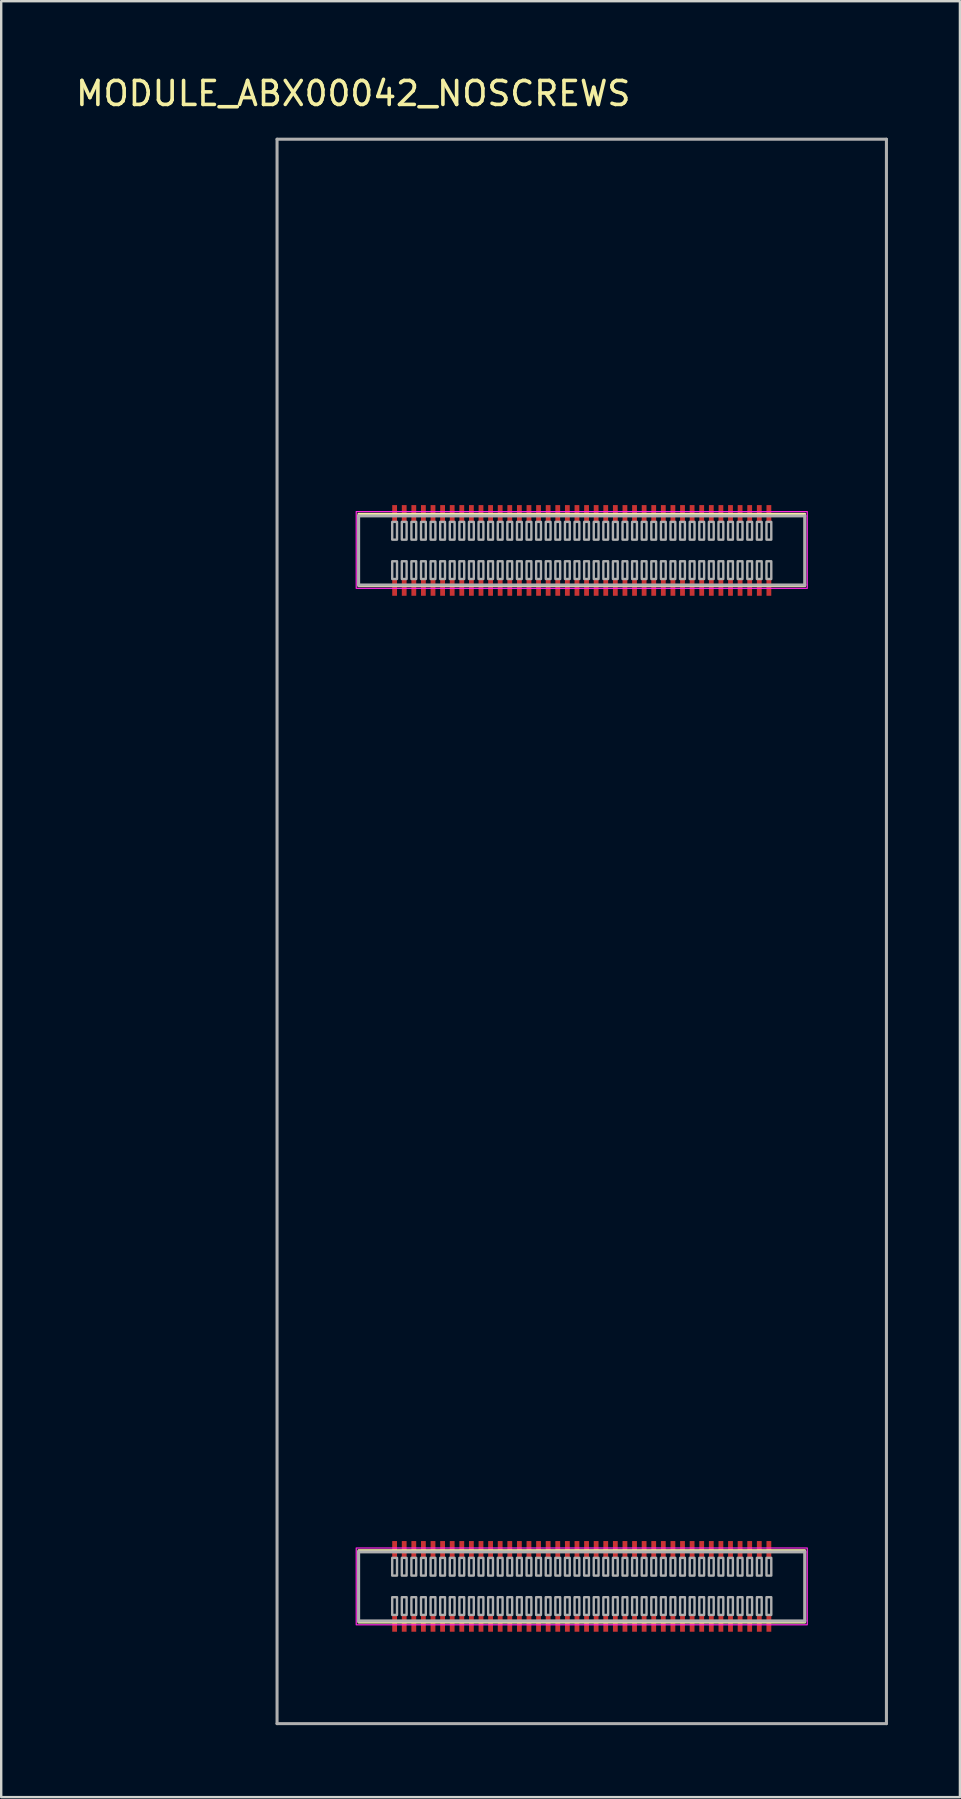
<source format=kicad_pcb>
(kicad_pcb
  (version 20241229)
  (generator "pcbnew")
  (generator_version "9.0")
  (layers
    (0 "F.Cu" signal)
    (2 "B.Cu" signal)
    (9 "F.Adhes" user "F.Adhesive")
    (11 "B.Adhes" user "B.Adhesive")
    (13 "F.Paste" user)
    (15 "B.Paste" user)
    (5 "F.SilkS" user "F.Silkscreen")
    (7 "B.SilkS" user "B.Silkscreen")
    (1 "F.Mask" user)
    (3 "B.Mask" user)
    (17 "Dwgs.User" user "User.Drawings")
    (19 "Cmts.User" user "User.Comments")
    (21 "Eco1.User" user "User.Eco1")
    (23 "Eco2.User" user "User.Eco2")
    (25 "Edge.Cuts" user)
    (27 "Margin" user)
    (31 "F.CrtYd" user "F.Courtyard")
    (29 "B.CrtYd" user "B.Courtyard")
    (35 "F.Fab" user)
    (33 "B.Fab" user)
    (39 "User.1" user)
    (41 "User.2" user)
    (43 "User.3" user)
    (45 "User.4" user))
  (footprint "MODULE_ABX00042_NOSCREWS"
    (layer "F.Cu")
    (at 21.198 35.773)
    (property "Reference" "MODULE_ABX00042_NOSCREWS" (at -9.525 -34.925 0) (layer "F.SilkS") (effects (font (size 1 1) (thickness 0.15))))
    (attr smd)
    (fp_rect (start -9.3 -17.4) (end 9.3 -14.4) (stroke (width 0.1) (type default)) (fill no) (layer "F.SilkS"))
    (fp_rect (start -9.3 25.8) (end 9.3 28.8) (stroke (width 0.1) (type default)) (fill no) (layer "F.SilkS"))
    (fp_rect (start -9.4 -17.5) (end 9.4 -14.3) (stroke (width 0.05) (type default)) (fill no) (layer "F.CrtYd"))
    (fp_rect (start 9.4 25.7) (end -9.4 28.9) (stroke (width 0.05) (type default)) (fill no) (layer "F.CrtYd"))
    (fp_line (start -12.7 -33.02) (end -12.7 33.02) (stroke (width 0.127) (type solid)) (layer "F.Fab"))
    (fp_line (start -12.7 33.02) (end 12.7 33.02) (stroke (width 0.127) (type solid)) (layer "F.Fab"))
    (fp_line (start -9.3 -17.32) (end -9.3 -14.44) (stroke (width 0.127) (type solid)) (layer "F.Fab"))
    (fp_line (start -9.3 -14.44) (end 9.3 -14.44) (stroke (width 0.127) (type solid)) (layer "F.Fab"))
    (fp_line (start -9.3 25.86) (end -9.3 28.74) (stroke (width 0.127) (type solid)) (layer "F.Fab"))
    (fp_line (start -9.3 28.74) (end 9.3 28.74) (stroke (width 0.127) (type solid)) (layer "F.Fab"))
    (fp_line (start 9.3 -17.32) (end -9.3 -17.32) (stroke (width 0.127) (type solid)) (layer "F.Fab"))
    (fp_line (start 9.3 -14.44) (end 9.3 -17.32) (stroke (width 0.127) (type solid)) (layer "F.Fab"))
    (fp_line (start 9.3 25.86) (end -9.3 25.86) (stroke (width 0.127) (type solid)) (layer "F.Fab"))
    (fp_line (start 9.3 28.74) (end 9.3 25.86) (stroke (width 0.127) (type solid)) (layer "F.Fab"))
    (fp_line (start 12.7 -33.02) (end -12.7 -33.02) (stroke (width 0.127) (type solid)) (layer "F.Fab"))
    (fp_line (start 12.7 33.02) (end 12.7 -33.02) (stroke (width 0.127) (type solid)) (layer "F.Fab"))
    (fp_rect (start -7.9 -17.07) (end -7.7 -16.33) (stroke (width 0.1) (type solid)) (fill no) (layer "F.Fab"))
    (fp_rect (start -7.9 -15.43) (end -7.7 -14.69) (stroke (width 0.1) (type solid)) (fill no) (layer "F.Fab"))
    (fp_rect (start -7.9 26.11) (end -7.7 26.85) (stroke (width 0.1) (type solid)) (fill no) (layer "F.Fab"))
    (fp_rect (start -7.9 27.75) (end -7.7 28.49) (stroke (width 0.1) (type solid)) (fill no) (layer "F.Fab"))
    (fp_rect (start -7.5 -17.07) (end -7.3 -16.33) (stroke (width 0.1) (type solid)) (fill no) (layer "F.Fab"))
    (fp_rect (start -7.5 -15.43) (end -7.3 -14.69) (stroke (width 0.1) (type solid)) (fill no) (layer "F.Fab"))
    (fp_rect (start -7.5 26.11) (end -7.3 26.85) (stroke (width 0.1) (type solid)) (fill no) (layer "F.Fab"))
    (fp_rect (start -7.5 27.75) (end -7.3 28.49) (stroke (width 0.1) (type solid)) (fill no) (layer "F.Fab"))
    (fp_rect (start -7.1 -17.07) (end -6.9 -16.33) (stroke (width 0.1) (type solid)) (fill no) (layer "F.Fab"))
    (fp_rect (start -7.1 -15.43) (end -6.9 -14.69) (stroke (width 0.1) (type solid)) (fill no) (layer "F.Fab"))
    (fp_rect (start -7.1 26.11) (end -6.9 26.85) (stroke (width 0.1) (type solid)) (fill no) (layer "F.Fab"))
    (fp_rect (start -7.1 27.75) (end -6.9 28.49) (stroke (width 0.1) (type solid)) (fill no) (layer "F.Fab"))
    (fp_rect (start -6.7 -17.07) (end -6.5 -16.33) (stroke (width 0.1) (type solid)) (fill no) (layer "F.Fab"))
    (fp_rect (start -6.7 -15.43) (end -6.5 -14.69) (stroke (width 0.1) (type solid)) (fill no) (layer "F.Fab"))
    (fp_rect (start -6.7 26.11) (end -6.5 26.85) (stroke (width 0.1) (type solid)) (fill no) (layer "F.Fab"))
    (fp_rect (start -6.7 27.75) (end -6.5 28.49) (stroke (width 0.1) (type solid)) (fill no) (layer "F.Fab"))
    (fp_rect (start -6.3 -17.07) (end -6.1 -16.33) (stroke (width 0.1) (type solid)) (fill no) (layer "F.Fab"))
    (fp_rect (start -6.3 -15.43) (end -6.1 -14.69) (stroke (width 0.1) (type solid)) (fill no) (layer "F.Fab"))
    (fp_rect (start -6.3 26.11) (end -6.1 26.85) (stroke (width 0.1) (type solid)) (fill no) (layer "F.Fab"))
    (fp_rect (start -6.3 27.75) (end -6.1 28.49) (stroke (width 0.1) (type solid)) (fill no) (layer "F.Fab"))
    (fp_rect (start -5.9 -17.07) (end -5.7 -16.33) (stroke (width 0.1) (type solid)) (fill no) (layer "F.Fab"))
    (fp_rect (start -5.9 -15.43) (end -5.7 -14.69) (stroke (width 0.1) (type solid)) (fill no) (layer "F.Fab"))
    (fp_rect (start -5.9 26.11) (end -5.7 26.85) (stroke (width 0.1) (type solid)) (fill no) (layer "F.Fab"))
    (fp_rect (start -5.9 27.75) (end -5.7 28.49) (stroke (width 0.1) (type solid)) (fill no) (layer "F.Fab"))
    (fp_rect (start -5.5 -17.07) (end -5.3 -16.33) (stroke (width 0.1) (type solid)) (fill no) (layer "F.Fab"))
    (fp_rect (start -5.5 -15.43) (end -5.3 -14.69) (stroke (width 0.1) (type solid)) (fill no) (layer "F.Fab"))
    (fp_rect (start -5.5 26.11) (end -5.3 26.85) (stroke (width 0.1) (type solid)) (fill no) (layer "F.Fab"))
    (fp_rect (start -5.5 27.75) (end -5.3 28.49) (stroke (width 0.1) (type solid)) (fill no) (layer "F.Fab"))
    (fp_rect (start -5.1 -17.07) (end -4.9 -16.33) (stroke (width 0.1) (type solid)) (fill no) (layer "F.Fab"))
    (fp_rect (start -5.1 -15.43) (end -4.9 -14.69) (stroke (width 0.1) (type solid)) (fill no) (layer "F.Fab"))
    (fp_rect (start -5.1 26.11) (end -4.9 26.85) (stroke (width 0.1) (type solid)) (fill no) (layer "F.Fab"))
    (fp_rect (start -5.1 27.75) (end -4.9 28.49) (stroke (width 0.1) (type solid)) (fill no) (layer "F.Fab"))
    (fp_rect (start -4.7 -17.07) (end -4.5 -16.33) (stroke (width 0.1) (type solid)) (fill no) (layer "F.Fab"))
    (fp_rect (start -4.7 -15.43) (end -4.5 -14.69) (stroke (width 0.1) (type solid)) (fill no) (layer "F.Fab"))
    (fp_rect (start -4.7 26.11) (end -4.5 26.85) (stroke (width 0.1) (type solid)) (fill no) (layer "F.Fab"))
    (fp_rect (start -4.7 27.75) (end -4.5 28.49) (stroke (width 0.1) (type solid)) (fill no) (layer "F.Fab"))
    (fp_rect (start -4.3 -17.07) (end -4.1 -16.33) (stroke (width 0.1) (type solid)) (fill no) (layer "F.Fab"))
    (fp_rect (start -4.3 -15.43) (end -4.1 -14.69) (stroke (width 0.1) (type solid)) (fill no) (layer "F.Fab"))
    (fp_rect (start -4.3 26.11) (end -4.1 26.85) (stroke (width 0.1) (type solid)) (fill no) (layer "F.Fab"))
    (fp_rect (start -4.3 27.75) (end -4.1 28.49) (stroke (width 0.1) (type solid)) (fill no) (layer "F.Fab"))
    (fp_rect (start -3.9 -17.07) (end -3.7 -16.33) (stroke (width 0.1) (type solid)) (fill no) (layer "F.Fab"))
    (fp_rect (start -3.9 -15.43) (end -3.7 -14.69) (stroke (width 0.1) (type solid)) (fill no) (layer "F.Fab"))
    (fp_rect (start -3.9 26.11) (end -3.7 26.85) (stroke (width 0.1) (type solid)) (fill no) (layer "F.Fab"))
    (fp_rect (start -3.9 27.75) (end -3.7 28.49) (stroke (width 0.1) (type solid)) (fill no) (layer "F.Fab"))
    (fp_rect (start -3.5 -17.07) (end -3.3 -16.33) (stroke (width 0.1) (type solid)) (fill no) (layer "F.Fab"))
    (fp_rect (start -3.5 -15.43) (end -3.3 -14.69) (stroke (width 0.1) (type solid)) (fill no) (layer "F.Fab"))
    (fp_rect (start -3.5 26.11) (end -3.3 26.85) (stroke (width 0.1) (type solid)) (fill no) (layer "F.Fab"))
    (fp_rect (start -3.5 27.75) (end -3.3 28.49) (stroke (width 0.1) (type solid)) (fill no) (layer "F.Fab"))
    (fp_rect (start -3.1 -17.07) (end -2.9 -16.33) (stroke (width 0.1) (type solid)) (fill no) (layer "F.Fab"))
    (fp_rect (start -3.1 -15.43) (end -2.9 -14.69) (stroke (width 0.1) (type solid)) (fill no) (layer "F.Fab"))
    (fp_rect (start -3.1 26.11) (end -2.9 26.85) (stroke (width 0.1) (type solid)) (fill no) (layer "F.Fab"))
    (fp_rect (start -3.1 27.75) (end -2.9 28.49) (stroke (width 0.1) (type solid)) (fill no) (layer "F.Fab"))
    (fp_rect (start -2.7 -17.07) (end -2.5 -16.33) (stroke (width 0.1) (type solid)) (fill no) (layer "F.Fab"))
    (fp_rect (start -2.7 -15.43) (end -2.5 -14.69) (stroke (width 0.1) (type solid)) (fill no) (layer "F.Fab"))
    (fp_rect (start -2.7 26.11) (end -2.5 26.85) (stroke (width 0.1) (type solid)) (fill no) (layer "F.Fab"))
    (fp_rect (start -2.7 27.75) (end -2.5 28.49) (stroke (width 0.1) (type solid)) (fill no) (layer "F.Fab"))
    (fp_rect (start -2.3 -17.07) (end -2.1 -16.33) (stroke (width 0.1) (type solid)) (fill no) (layer "F.Fab"))
    (fp_rect (start -2.3 -15.43) (end -2.1 -14.69) (stroke (width 0.1) (type solid)) (fill no) (layer "F.Fab"))
    (fp_rect (start -2.3 26.11) (end -2.1 26.85) (stroke (width 0.1) (type solid)) (fill no) (layer "F.Fab"))
    (fp_rect (start -2.3 27.75) (end -2.1 28.49) (stroke (width 0.1) (type solid)) (fill no) (layer "F.Fab"))
    (fp_rect (start -1.9 -17.07) (end -1.7 -16.33) (stroke (width 0.1) (type solid)) (fill no) (layer "F.Fab"))
    (fp_rect (start -1.9 -15.43) (end -1.7 -14.69) (stroke (width 0.1) (type solid)) (fill no) (layer "F.Fab"))
    (fp_rect (start -1.9 26.11) (end -1.7 26.85) (stroke (width 0.1) (type solid)) (fill no) (layer "F.Fab"))
    (fp_rect (start -1.9 27.75) (end -1.7 28.49) (stroke (width 0.1) (type solid)) (fill no) (layer "F.Fab"))
    (fp_rect (start -1.5 -17.07) (end -1.3 -16.33) (stroke (width 0.1) (type solid)) (fill no) (layer "F.Fab"))
    (fp_rect (start -1.5 -15.43) (end -1.3 -14.69) (stroke (width 0.1) (type solid)) (fill no) (layer "F.Fab"))
    (fp_rect (start -1.5 26.11) (end -1.3 26.85) (stroke (width 0.1) (type solid)) (fill no) (layer "F.Fab"))
    (fp_rect (start -1.5 27.75) (end -1.3 28.49) (stroke (width 0.1) (type solid)) (fill no) (layer "F.Fab"))
    (fp_rect (start -1.1 -17.07) (end -0.9 -16.33) (stroke (width 0.1) (type solid)) (fill no) (layer "F.Fab"))
    (fp_rect (start -1.1 -15.43) (end -0.9 -14.69) (stroke (width 0.1) (type solid)) (fill no) (layer "F.Fab"))
    (fp_rect (start -1.1 26.11) (end -0.9 26.85) (stroke (width 0.1) (type solid)) (fill no) (layer "F.Fab"))
    (fp_rect (start -1.1 27.75) (end -0.9 28.49) (stroke (width 0.1) (type solid)) (fill no) (layer "F.Fab"))
    (fp_rect (start -0.7 -17.07) (end -0.5 -16.33) (stroke (width 0.1) (type solid)) (fill no) (layer "F.Fab"))
    (fp_rect (start -0.7 -15.43) (end -0.5 -14.69) (stroke (width 0.1) (type solid)) (fill no) (layer "F.Fab"))
    (fp_rect (start -0.7 26.11) (end -0.5 26.85) (stroke (width 0.1) (type solid)) (fill no) (layer "F.Fab"))
    (fp_rect (start -0.7 27.75) (end -0.5 28.49) (stroke (width 0.1) (type solid)) (fill no) (layer "F.Fab"))
    (fp_rect (start -0.3 -17.07) (end -0.1 -16.33) (stroke (width 0.1) (type solid)) (fill no) (layer "F.Fab"))
    (fp_rect (start -0.3 -15.43) (end -0.1 -14.69) (stroke (width 0.1) (type solid)) (fill no) (layer "F.Fab"))
    (fp_rect (start -0.3 26.11) (end -0.1 26.85) (stroke (width 0.1) (type solid)) (fill no) (layer "F.Fab"))
    (fp_rect (start -0.3 27.75) (end -0.1 28.49) (stroke (width 0.1) (type solid)) (fill no) (layer "F.Fab"))
    (fp_rect (start 0.1 -17.07) (end 0.3 -16.33) (stroke (width 0.1) (type solid)) (fill no) (layer "F.Fab"))
    (fp_rect (start 0.1 -15.43) (end 0.3 -14.69) (stroke (width 0.1) (type solid)) (fill no) (layer "F.Fab"))
    (fp_rect (start 0.1 26.11) (end 0.3 26.85) (stroke (width 0.1) (type solid)) (fill no) (layer "F.Fab"))
    (fp_rect (start 0.1 27.75) (end 0.3 28.49) (stroke (width 0.1) (type solid)) (fill no) (layer "F.Fab"))
    (fp_rect (start 0.5 -17.07) (end 0.7 -16.33) (stroke (width 0.1) (type solid)) (fill no) (layer "F.Fab"))
    (fp_rect (start 0.5 -15.43) (end 0.7 -14.69) (stroke (width 0.1) (type solid)) (fill no) (layer "F.Fab"))
    (fp_rect (start 0.5 26.11) (end 0.7 26.85) (stroke (width 0.1) (type solid)) (fill no) (layer "F.Fab"))
    (fp_rect (start 0.5 27.75) (end 0.7 28.49) (stroke (width 0.1) (type solid)) (fill no) (layer "F.Fab"))
    (fp_rect (start 0.9 -17.07) (end 1.1 -16.33) (stroke (width 0.1) (type solid)) (fill no) (layer "F.Fab"))
    (fp_rect (start 0.9 -15.43) (end 1.1 -14.69) (stroke (width 0.1) (type solid)) (fill no) (layer "F.Fab"))
    (fp_rect (start 0.9 26.11) (end 1.1 26.85) (stroke (width 0.1) (type solid)) (fill no) (layer "F.Fab"))
    (fp_rect (start 0.9 27.75) (end 1.1 28.49) (stroke (width 0.1) (type solid)) (fill no) (layer "F.Fab"))
    (fp_rect (start 1.3 -17.07) (end 1.5 -16.33) (stroke (width 0.1) (type solid)) (fill no) (layer "F.Fab"))
    (fp_rect (start 1.3 -15.43) (end 1.5 -14.69) (stroke (width 0.1) (type solid)) (fill no) (layer "F.Fab"))
    (fp_rect (start 1.3 26.11) (end 1.5 26.85) (stroke (width 0.1) (type solid)) (fill no) (layer "F.Fab"))
    (fp_rect (start 1.3 27.75) (end 1.5 28.49) (stroke (width 0.1) (type solid)) (fill no) (layer "F.Fab"))
    (fp_rect (start 1.7 -17.07) (end 1.9 -16.33) (stroke (width 0.1) (type solid)) (fill no) (layer "F.Fab"))
    (fp_rect (start 1.7 -15.43) (end 1.9 -14.69) (stroke (width 0.1) (type solid)) (fill no) (layer "F.Fab"))
    (fp_rect (start 1.7 26.11) (end 1.9 26.85) (stroke (width 0.1) (type solid)) (fill no) (layer "F.Fab"))
    (fp_rect (start 1.7 27.75) (end 1.9 28.49) (stroke (width 0.1) (type solid)) (fill no) (layer "F.Fab"))
    (fp_rect (start 2.1 -17.07) (end 2.3 -16.33) (stroke (width 0.1) (type solid)) (fill no) (layer "F.Fab"))
    (fp_rect (start 2.1 -15.43) (end 2.3 -14.69) (stroke (width 0.1) (type solid)) (fill no) (layer "F.Fab"))
    (fp_rect (start 2.1 26.11) (end 2.3 26.85) (stroke (width 0.1) (type solid)) (fill no) (layer "F.Fab"))
    (fp_rect (start 2.1 27.75) (end 2.3 28.49) (stroke (width 0.1) (type solid)) (fill no) (layer "F.Fab"))
    (fp_rect (start 2.5 -17.07) (end 2.7 -16.33) (stroke (width 0.1) (type solid)) (fill no) (layer "F.Fab"))
    (fp_rect (start 2.5 -15.43) (end 2.7 -14.69) (stroke (width 0.1) (type solid)) (fill no) (layer "F.Fab"))
    (fp_rect (start 2.5 26.11) (end 2.7 26.85) (stroke (width 0.1) (type solid)) (fill no) (layer "F.Fab"))
    (fp_rect (start 2.5 27.75) (end 2.7 28.49) (stroke (width 0.1) (type solid)) (fill no) (layer "F.Fab"))
    (fp_rect (start 2.9 -17.07) (end 3.1 -16.33) (stroke (width 0.1) (type solid)) (fill no) (layer "F.Fab"))
    (fp_rect (start 2.9 -15.43) (end 3.1 -14.69) (stroke (width 0.1) (type solid)) (fill no) (layer "F.Fab"))
    (fp_rect (start 2.9 26.11) (end 3.1 26.85) (stroke (width 0.1) (type solid)) (fill no) (layer "F.Fab"))
    (fp_rect (start 2.9 27.75) (end 3.1 28.49) (stroke (width 0.1) (type solid)) (fill no) (layer "F.Fab"))
    (fp_rect (start 3.3 -17.07) (end 3.5 -16.33) (stroke (width 0.1) (type solid)) (fill no) (layer "F.Fab"))
    (fp_rect (start 3.3 -15.43) (end 3.5 -14.69) (stroke (width 0.1) (type solid)) (fill no) (layer "F.Fab"))
    (fp_rect (start 3.3 26.11) (end 3.5 26.85) (stroke (width 0.1) (type solid)) (fill no) (layer "F.Fab"))
    (fp_rect (start 3.3 27.75) (end 3.5 28.49) (stroke (width 0.1) (type solid)) (fill no) (layer "F.Fab"))
    (fp_rect (start 3.7 -17.07) (end 3.9 -16.33) (stroke (width 0.1) (type solid)) (fill no) (layer "F.Fab"))
    (fp_rect (start 3.7 -15.43) (end 3.9 -14.69) (stroke (width 0.1) (type solid)) (fill no) (layer "F.Fab"))
    (fp_rect (start 3.7 26.11) (end 3.9 26.85) (stroke (width 0.1) (type solid)) (fill no) (layer "F.Fab"))
    (fp_rect (start 3.7 27.75) (end 3.9 28.49) (stroke (width 0.1) (type solid)) (fill no) (layer "F.Fab"))
    (fp_rect (start 4.1 -17.07) (end 4.3 -16.33) (stroke (width 0.1) (type solid)) (fill no) (layer "F.Fab"))
    (fp_rect (start 4.1 -15.43) (end 4.3 -14.69) (stroke (width 0.1) (type solid)) (fill no) (layer "F.Fab"))
    (fp_rect (start 4.1 26.11) (end 4.3 26.85) (stroke (width 0.1) (type solid)) (fill no) (layer "F.Fab"))
    (fp_rect (start 4.1 27.75) (end 4.3 28.49) (stroke (width 0.1) (type solid)) (fill no) (layer "F.Fab"))
    (fp_rect (start 4.5 -17.07) (end 4.7 -16.33) (stroke (width 0.1) (type solid)) (fill no) (layer "F.Fab"))
    (fp_rect (start 4.5 -15.43) (end 4.7 -14.69) (stroke (width 0.1) (type solid)) (fill no) (layer "F.Fab"))
    (fp_rect (start 4.5 26.11) (end 4.7 26.85) (stroke (width 0.1) (type solid)) (fill no) (layer "F.Fab"))
    (fp_rect (start 4.5 27.75) (end 4.7 28.49) (stroke (width 0.1) (type solid)) (fill no) (layer "F.Fab"))
    (fp_rect (start 4.9 -17.07) (end 5.1 -16.33) (stroke (width 0.1) (type solid)) (fill no) (layer "F.Fab"))
    (fp_rect (start 4.9 -15.43) (end 5.1 -14.69) (stroke (width 0.1) (type solid)) (fill no) (layer "F.Fab"))
    (fp_rect (start 4.9 26.11) (end 5.1 26.85) (stroke (width 0.1) (type solid)) (fill no) (layer "F.Fab"))
    (fp_rect (start 4.9 27.75) (end 5.1 28.49) (stroke (width 0.1) (type solid)) (fill no) (layer "F.Fab"))
    (fp_rect (start 5.3 -17.07) (end 5.5 -16.33) (stroke (width 0.1) (type solid)) (fill no) (layer "F.Fab"))
    (fp_rect (start 5.3 -15.43) (end 5.5 -14.69) (stroke (width 0.1) (type solid)) (fill no) (layer "F.Fab"))
    (fp_rect (start 5.3 26.11) (end 5.5 26.85) (stroke (width 0.1) (type solid)) (fill no) (layer "F.Fab"))
    (fp_rect (start 5.3 27.75) (end 5.5 28.49) (stroke (width 0.1) (type solid)) (fill no) (layer "F.Fab"))
    (fp_rect (start 5.7 -17.07) (end 5.9 -16.33) (stroke (width 0.1) (type solid)) (fill no) (layer "F.Fab"))
    (fp_rect (start 5.7 -15.43) (end 5.9 -14.69) (stroke (width 0.1) (type solid)) (fill no) (layer "F.Fab"))
    (fp_rect (start 5.7 26.11) (end 5.9 26.85) (stroke (width 0.1) (type solid)) (fill no) (layer "F.Fab"))
    (fp_rect (start 5.7 27.75) (end 5.9 28.49) (stroke (width 0.1) (type solid)) (fill no) (layer "F.Fab"))
    (fp_rect (start 6.1 -17.07) (end 6.3 -16.33) (stroke (width 0.1) (type solid)) (fill no) (layer "F.Fab"))
    (fp_rect (start 6.1 -15.43) (end 6.3 -14.69) (stroke (width 0.1) (type solid)) (fill no) (layer "F.Fab"))
    (fp_rect (start 6.1 26.11) (end 6.3 26.85) (stroke (width 0.1) (type solid)) (fill no) (layer "F.Fab"))
    (fp_rect (start 6.1 27.75) (end 6.3 28.49) (stroke (width 0.1) (type solid)) (fill no) (layer "F.Fab"))
    (fp_rect (start 6.5 -17.07) (end 6.7 -16.33) (stroke (width 0.1) (type solid)) (fill no) (layer "F.Fab"))
    (fp_rect (start 6.5 -15.43) (end 6.7 -14.69) (stroke (width 0.1) (type solid)) (fill no) (layer "F.Fab"))
    (fp_rect (start 6.5 26.11) (end 6.7 26.85) (stroke (width 0.1) (type solid)) (fill no) (layer "F.Fab"))
    (fp_rect (start 6.5 27.75) (end 6.7 28.49) (stroke (width 0.1) (type solid)) (fill no) (layer "F.Fab"))
    (fp_rect (start 6.9 -17.07) (end 7.1 -16.33) (stroke (width 0.1) (type solid)) (fill no) (layer "F.Fab"))
    (fp_rect (start 6.9 -15.43) (end 7.1 -14.69) (stroke (width 0.1) (type solid)) (fill no) (layer "F.Fab"))
    (fp_rect (start 6.9 26.11) (end 7.1 26.85) (stroke (width 0.1) (type solid)) (fill no) (layer "F.Fab"))
    (fp_rect (start 6.9 27.75) (end 7.1 28.49) (stroke (width 0.1) (type solid)) (fill no) (layer "F.Fab"))
    (fp_rect (start 7.3 -17.07) (end 7.5 -16.33) (stroke (width 0.1) (type solid)) (fill no) (layer "F.Fab"))
    (fp_rect (start 7.3 -15.43) (end 7.5 -14.69) (stroke (width 0.1) (type solid)) (fill no) (layer "F.Fab"))
    (fp_rect (start 7.3 26.11) (end 7.5 26.85) (stroke (width 0.1) (type solid)) (fill no) (layer "F.Fab"))
    (fp_rect (start 7.3 27.75) (end 7.5 28.49) (stroke (width 0.1) (type solid)) (fill no) (layer "F.Fab"))
    (fp_rect (start 7.7 -17.07) (end 7.9 -16.33) (stroke (width 0.1) (type solid)) (fill no) (layer "F.Fab"))
    (fp_rect (start 7.7 -15.43) (end 7.9 -14.69) (stroke (width 0.1) (type solid)) (fill no) (layer "F.Fab"))
    (fp_rect (start 7.7 26.11) (end 7.9 26.85) (stroke (width 0.1) (type solid)) (fill no) (layer "F.Fab"))
    (fp_rect (start 7.7 27.75) (end 7.9 28.49) (stroke (width 0.1) (type solid)) (fill no) (layer "F.Fab"))
    (pad "J1_1" smd rect (at -7.8 -17.42) (size 0.2 0.7) (layers "F.Cu" "F.Mask" "F.Paste"))
    (pad "J1_2" smd rect (at -7.8 -14.34) (size 0.2 0.7) (layers "F.Cu" "F.Mask" "F.Paste"))
    (pad "J1_3" smd rect (at -7.4 -17.42) (size 0.2 0.7) (layers "F.Cu" "F.Mask" "F.Paste"))
    (pad "J1_4" smd rect (at -7.4 -14.34) (size 0.2 0.7) (layers "F.Cu" "F.Mask" "F.Paste"))
    (pad "J1_5" smd rect (at -7 -17.42) (size 0.2 0.7) (layers "F.Cu" "F.Mask" "F.Paste"))
    (pad "J1_6" smd rect (at -7 -14.34) (size 0.2 0.7) (layers "F.Cu" "F.Mask" "F.Paste"))
    (pad "J1_7" smd rect (at -6.6 -17.42) (size 0.2 0.7) (layers "F.Cu" "F.Mask" "F.Paste"))
    (pad "J1_8" smd rect (at -6.6 -14.34) (size 0.2 0.7) (layers "F.Cu" "F.Mask" "F.Paste"))
    (pad "J1_9" smd rect (at -6.2 -17.42) (size 0.2 0.7) (layers "F.Cu" "F.Mask" "F.Paste"))
    (pad "J1_10" smd rect (at -6.2 -14.34) (size 0.2 0.7) (layers "F.Cu" "F.Mask" "F.Paste"))
    (pad "J1_11" smd rect (at -5.8 -17.42) (size 0.2 0.7) (layers "F.Cu" "F.Mask" "F.Paste"))
    (pad "J1_12" smd rect (at -5.8 -14.34) (size 0.2 0.7) (layers "F.Cu" "F.Mask" "F.Paste"))
    (pad "J1_13" smd rect (at -5.4 -17.42) (size 0.2 0.7) (layers "F.Cu" "F.Mask" "F.Paste"))
    (pad "J1_14" smd rect (at -5.4 -14.34) (size 0.2 0.7) (layers "F.Cu" "F.Mask" "F.Paste"))
    (pad "J1_15" smd rect (at -5 -17.42) (size 0.2 0.7) (layers "F.Cu" "F.Mask" "F.Paste"))
    (pad "J1_16" smd rect (at -5 -14.34) (size 0.2 0.7) (layers "F.Cu" "F.Mask" "F.Paste"))
    (pad "J1_17" smd rect (at -4.6 -17.42) (size 0.2 0.7) (layers "F.Cu" "F.Mask" "F.Paste"))
    (pad "J1_18" smd rect (at -4.6 -14.34) (size 0.2 0.7) (layers "F.Cu" "F.Mask" "F.Paste"))
    (pad "J1_19" smd rect (at -4.2 -17.42) (size 0.2 0.7) (layers "F.Cu" "F.Mask" "F.Paste"))
    (pad "J1_20" smd rect (at -4.2 -14.34) (size 0.2 0.7) (layers "F.Cu" "F.Mask" "F.Paste"))
    (pad "J1_21" smd rect (at -3.8 -17.42) (size 0.2 0.7) (layers "F.Cu" "F.Mask" "F.Paste"))
    (pad "J1_22" smd rect (at -3.8 -14.34) (size 0.2 0.7) (layers "F.Cu" "F.Mask" "F.Paste"))
    (pad "J1_23" smd rect (at -3.4 -17.42) (size 0.2 0.7) (layers "F.Cu" "F.Mask" "F.Paste"))
    (pad "J1_24" smd rect (at -3.4 -14.34) (size 0.2 0.7) (layers "F.Cu" "F.Mask" "F.Paste"))
    (pad "J1_25" smd rect (at -3 -17.42) (size 0.2 0.7) (layers "F.Cu" "F.Mask" "F.Paste"))
    (pad "J1_26" smd rect (at -3 -14.34) (size 0.2 0.7) (layers "F.Cu" "F.Mask" "F.Paste"))
    (pad "J1_27" smd rect (at -2.6 -17.42) (size 0.2 0.7) (layers "F.Cu" "F.Mask" "F.Paste"))
    (pad "J1_28" smd rect (at -2.6 -14.34) (size 0.2 0.7) (layers "F.Cu" "F.Mask" "F.Paste"))
    (pad "J1_29" smd rect (at -2.2 -17.42) (size 0.2 0.7) (layers "F.Cu" "F.Mask" "F.Paste"))
    (pad "J1_30" smd rect (at -2.2 -14.34) (size 0.2 0.7) (layers "F.Cu" "F.Mask" "F.Paste"))
    (pad "J1_31" smd rect (at -1.8 -17.42) (size 0.2 0.7) (layers "F.Cu" "F.Mask" "F.Paste"))
    (pad "J1_32" smd rect (at -1.8 -14.34) (size 0.2 0.7) (layers "F.Cu" "F.Mask" "F.Paste"))
    (pad "J1_33" smd rect (at -1.4 -17.42) (size 0.2 0.7) (layers "F.Cu" "F.Mask" "F.Paste"))
    (pad "J1_34" smd rect (at -1.4 -14.34) (size 0.2 0.7) (layers "F.Cu" "F.Mask" "F.Paste"))
    (pad "J1_35" smd rect (at -1 -17.42) (size 0.2 0.7) (layers "F.Cu" "F.Mask" "F.Paste"))
    (pad "J1_36" smd rect (at -1 -14.34) (size 0.2 0.7) (layers "F.Cu" "F.Mask" "F.Paste"))
    (pad "J1_37" smd rect (at -0.6 -17.42) (size 0.2 0.7) (layers "F.Cu" "F.Mask" "F.Paste"))
    (pad "J1_38" smd rect (at -0.6 -14.34) (size 0.2 0.7) (layers "F.Cu" "F.Mask" "F.Paste"))
    (pad "J1_39" smd rect (at -0.2 -17.42) (size 0.2 0.7) (layers "F.Cu" "F.Mask" "F.Paste"))
    (pad "J1_40" smd rect (at -0.2 -14.34) (size 0.2 0.7) (layers "F.Cu" "F.Mask" "F.Paste"))
    (pad "J1_41" smd rect (at 0.2 -17.42) (size 0.2 0.7) (layers "F.Cu" "F.Mask" "F.Paste"))
    (pad "J1_42" smd rect (at 0.2 -14.34) (size 0.2 0.7) (layers "F.Cu" "F.Mask" "F.Paste"))
    (pad "J1_43" smd rect (at 0.6 -17.42) (size 0.2 0.7) (layers "F.Cu" "F.Mask" "F.Paste"))
    (pad "J1_44" smd rect (at 0.6 -14.34) (size 0.2 0.7) (layers "F.Cu" "F.Mask" "F.Paste"))
    (pad "J1_45" smd rect (at 1 -17.42) (size 0.2 0.7) (layers "F.Cu" "F.Mask" "F.Paste"))
    (pad "J1_46" smd rect (at 1 -14.34) (size 0.2 0.7) (layers "F.Cu" "F.Mask" "F.Paste"))
    (pad "J1_47" smd rect (at 1.4 -17.42) (size 0.2 0.7) (layers "F.Cu" "F.Mask" "F.Paste"))
    (pad "J1_48" smd rect (at 1.4 -14.34) (size 0.2 0.7) (layers "F.Cu" "F.Mask" "F.Paste"))
    (pad "J1_49" smd rect (at 1.8 -17.42) (size 0.2 0.7) (layers "F.Cu" "F.Mask" "F.Paste"))
    (pad "J1_50" smd rect (at 1.8 -14.34) (size 0.2 0.7) (layers "F.Cu" "F.Mask" "F.Paste"))
    (pad "J1_51" smd rect (at 2.2 -17.42) (size 0.2 0.7) (layers "F.Cu" "F.Mask" "F.Paste"))
    (pad "J1_52" smd rect (at 2.2 -14.34) (size 0.2 0.7) (layers "F.Cu" "F.Mask" "F.Paste"))
    (pad "J1_53" smd rect (at 2.6 -17.42) (size 0.2 0.7) (layers "F.Cu" "F.Mask" "F.Paste"))
    (pad "J1_54" smd rect (at 2.6 -14.34) (size 0.2 0.7) (layers "F.Cu" "F.Mask" "F.Paste"))
    (pad "J1_55" smd rect (at 3 -17.42) (size 0.2 0.7) (layers "F.Cu" "F.Mask" "F.Paste"))
    (pad "J1_56" smd rect (at 3 -14.34) (size 0.2 0.7) (layers "F.Cu" "F.Mask" "F.Paste"))
    (pad "J1_57" smd rect (at 3.4 -17.42) (size 0.2 0.7) (layers "F.Cu" "F.Mask" "F.Paste"))
    (pad "J1_58" smd rect (at 3.4 -14.34) (size 0.2 0.7) (layers "F.Cu" "F.Mask" "F.Paste"))
    (pad "J1_59" smd rect (at 3.8 -17.42) (size 0.2 0.7) (layers "F.Cu" "F.Mask" "F.Paste"))
    (pad "J1_60" smd rect (at 3.8 -14.34) (size 0.2 0.7) (layers "F.Cu" "F.Mask" "F.Paste"))
    (pad "J1_61" smd rect (at 4.2 -17.42) (size 0.2 0.7) (layers "F.Cu" "F.Mask" "F.Paste"))
    (pad "J1_62" smd rect (at 4.2 -14.34) (size 0.2 0.7) (layers "F.Cu" "F.Mask" "F.Paste"))
    (pad "J1_63" smd rect (at 4.6 -17.42) (size 0.2 0.7) (layers "F.Cu" "F.Mask" "F.Paste"))
    (pad "J1_64" smd rect (at 4.6 -14.34) (size 0.2 0.7) (layers "F.Cu" "F.Mask" "F.Paste"))
    (pad "J1_65" smd rect (at 5 -17.42) (size 0.2 0.7) (layers "F.Cu" "F.Mask" "F.Paste"))
    (pad "J1_66" smd rect (at 5 -14.34) (size 0.2 0.7) (layers "F.Cu" "F.Mask" "F.Paste"))
    (pad "J1_67" smd rect (at 5.4 -17.42) (size 0.2 0.7) (layers "F.Cu" "F.Mask" "F.Paste"))
    (pad "J1_68" smd rect (at 5.4 -14.34) (size 0.2 0.7) (layers "F.Cu" "F.Mask" "F.Paste"))
    (pad "J1_69" smd rect (at 5.8 -17.42) (size 0.2 0.7) (layers "F.Cu" "F.Mask" "F.Paste"))
    (pad "J1_70" smd rect (at 5.8 -14.34) (size 0.2 0.7) (layers "F.Cu" "F.Mask" "F.Paste"))
    (pad "J1_71" smd rect (at 6.2 -17.42) (size 0.2 0.7) (layers "F.Cu" "F.Mask" "F.Paste"))
    (pad "J1_72" smd rect (at 6.2 -14.34) (size 0.2 0.7) (layers "F.Cu" "F.Mask" "F.Paste"))
    (pad "J1_73" smd rect (at 6.6 -17.42) (size 0.2 0.7) (layers "F.Cu" "F.Mask" "F.Paste"))
    (pad "J1_74" smd rect (at 6.6 -14.34) (size 0.2 0.7) (layers "F.Cu" "F.Mask" "F.Paste"))
    (pad "J1_75" smd rect (at 7 -17.42) (size 0.2 0.7) (layers "F.Cu" "F.Mask" "F.Paste"))
    (pad "J1_76" smd rect (at 7 -14.34) (size 0.2 0.7) (layers "F.Cu" "F.Mask" "F.Paste"))
    (pad "J1_77" smd rect (at 7.4 -17.42) (size 0.2 0.7) (layers "F.Cu" "F.Mask" "F.Paste"))
    (pad "J1_78" smd rect (at 7.4 -14.34) (size 0.2 0.7) (layers "F.Cu" "F.Mask" "F.Paste"))
    (pad "J1_79" smd rect (at 7.8 -17.42) (size 0.2 0.7) (layers "F.Cu" "F.Mask" "F.Paste"))
    (pad "J1_80" smd rect (at 7.8 -14.34) (size 0.2 0.7) (layers "F.Cu" "F.Mask" "F.Paste"))
    (pad "J2_1" smd rect (at 7.8 28.84) (size 0.2 0.7) (layers "F.Cu" "F.Mask" "F.Paste"))
    (pad "J2_2" smd rect (at 7.8 25.76) (size 0.2 0.7) (layers "F.Cu" "F.Mask" "F.Paste"))
    (pad "J2_3" smd rect (at 7.4 28.84) (size 0.2 0.7) (layers "F.Cu" "F.Mask" "F.Paste"))
    (pad "J2_4" smd rect (at 7.4 25.76) (size 0.2 0.7) (layers "F.Cu" "F.Mask" "F.Paste"))
    (pad "J2_5" smd rect (at 7 28.84) (size 0.2 0.7) (layers "F.Cu" "F.Mask" "F.Paste"))
    (pad "J2_6" smd rect (at 7 25.76) (size 0.2 0.7) (layers "F.Cu" "F.Mask" "F.Paste"))
    (pad "J2_7" smd rect (at 6.6 28.84) (size 0.2 0.7) (layers "F.Cu" "F.Mask" "F.Paste"))
    (pad "J2_8" smd rect (at 6.6 25.76) (size 0.2 0.7) (layers "F.Cu" "F.Mask" "F.Paste"))
    (pad "J2_9" smd rect (at 6.2 28.84) (size 0.2 0.7) (layers "F.Cu" "F.Mask" "F.Paste"))
    (pad "J2_10" smd rect (at 6.2 25.76) (size 0.2 0.7) (layers "F.Cu" "F.Mask" "F.Paste"))
    (pad "J2_11" smd rect (at 5.8 28.84) (size 0.2 0.7) (layers "F.Cu" "F.Mask" "F.Paste"))
    (pad "J2_12" smd rect (at 5.8 25.76) (size 0.2 0.7) (layers "F.Cu" "F.Mask" "F.Paste"))
    (pad "J2_13" smd rect (at 5.4 28.84) (size 0.2 0.7) (layers "F.Cu" "F.Mask" "F.Paste"))
    (pad "J2_14" smd rect (at 5.4 25.76) (size 0.2 0.7) (layers "F.Cu" "F.Mask" "F.Paste"))
    (pad "J2_15" smd rect (at 5 28.84) (size 0.2 0.7) (layers "F.Cu" "F.Mask" "F.Paste"))
    (pad "J2_16" smd rect (at 5 25.76) (size 0.2 0.7) (layers "F.Cu" "F.Mask" "F.Paste"))
    (pad "J2_17" smd rect (at 4.6 28.84) (size 0.2 0.7) (layers "F.Cu" "F.Mask" "F.Paste"))
    (pad "J2_18" smd rect (at 4.6 25.76) (size 0.2 0.7) (layers "F.Cu" "F.Mask" "F.Paste"))
    (pad "J2_19" smd rect (at 4.2 28.84) (size 0.2 0.7) (layers "F.Cu" "F.Mask" "F.Paste"))
    (pad "J2_20" smd rect (at 4.2 25.76) (size 0.2 0.7) (layers "F.Cu" "F.Mask" "F.Paste"))
    (pad "J2_21" smd rect (at 3.8 28.84) (size 0.2 0.7) (layers "F.Cu" "F.Mask" "F.Paste"))
    (pad "J2_22" smd rect (at 3.8 25.76) (size 0.2 0.7) (layers "F.Cu" "F.Mask" "F.Paste"))
    (pad "J2_23" smd rect (at 3.4 28.84) (size 0.2 0.7) (layers "F.Cu" "F.Mask" "F.Paste"))
    (pad "J2_24" smd rect (at 3.4 25.76) (size 0.2 0.7) (layers "F.Cu" "F.Mask" "F.Paste"))
    (pad "J2_25" smd rect (at 3 28.84) (size 0.2 0.7) (layers "F.Cu" "F.Mask" "F.Paste"))
    (pad "J2_26" smd rect (at 3 25.76) (size 0.2 0.7) (layers "F.Cu" "F.Mask" "F.Paste"))
    (pad "J2_27" smd rect (at 2.6 28.84) (size 0.2 0.7) (layers "F.Cu" "F.Mask" "F.Paste"))
    (pad "J2_28" smd rect (at 2.6 25.76) (size 0.2 0.7) (layers "F.Cu" "F.Mask" "F.Paste"))
    (pad "J2_29" smd rect (at 2.2 28.84) (size 0.2 0.7) (layers "F.Cu" "F.Mask" "F.Paste"))
    (pad "J2_30" smd rect (at 2.2 25.76) (size 0.2 0.7) (layers "F.Cu" "F.Mask" "F.Paste"))
    (pad "J2_31" smd rect (at 1.8 28.84) (size 0.2 0.7) (layers "F.Cu" "F.Mask" "F.Paste"))
    (pad "J2_32" smd rect (at 1.8 25.76) (size 0.2 0.7) (layers "F.Cu" "F.Mask" "F.Paste"))
    (pad "J2_33" smd rect (at 1.4 28.84) (size 0.2 0.7) (layers "F.Cu" "F.Mask" "F.Paste"))
    (pad "J2_34" smd rect (at 1.4 25.76) (size 0.2 0.7) (layers "F.Cu" "F.Mask" "F.Paste"))
    (pad "J2_35" smd rect (at 1 28.84) (size 0.2 0.7) (layers "F.Cu" "F.Mask" "F.Paste"))
    (pad "J2_36" smd rect (at 1 25.76) (size 0.2 0.7) (layers "F.Cu" "F.Mask" "F.Paste"))
    (pad "J2_37" smd rect (at 0.6 28.84) (size 0.2 0.7) (layers "F.Cu" "F.Mask" "F.Paste"))
    (pad "J2_38" smd rect (at 0.6 25.76) (size 0.2 0.7) (layers "F.Cu" "F.Mask" "F.Paste"))
    (pad "J2_39" smd rect (at 0.2 28.84) (size 0.2 0.7) (layers "F.Cu" "F.Mask" "F.Paste"))
    (pad "J2_40" smd rect (at 0.2 25.76) (size 0.2 0.7) (layers "F.Cu" "F.Mask" "F.Paste"))
    (pad "J2_41" smd rect (at -0.2 28.84) (size 0.2 0.7) (layers "F.Cu" "F.Mask" "F.Paste"))
    (pad "J2_42" smd rect (at -0.2 25.76) (size 0.2 0.7) (layers "F.Cu" "F.Mask" "F.Paste"))
    (pad "J2_43" smd rect (at -0.6 28.84) (size 0.2 0.7) (layers "F.Cu" "F.Mask" "F.Paste"))
    (pad "J2_44" smd rect (at -0.6 25.76) (size 0.2 0.7) (layers "F.Cu" "F.Mask" "F.Paste"))
    (pad "J2_45" smd rect (at -1 28.84) (size 0.2 0.7) (layers "F.Cu" "F.Mask" "F.Paste"))
    (pad "J2_46" smd rect (at -1 25.76) (size 0.2 0.7) (layers "F.Cu" "F.Mask" "F.Paste"))
    (pad "J2_47" smd rect (at -1.4 28.84) (size 0.2 0.7) (layers "F.Cu" "F.Mask" "F.Paste"))
    (pad "J2_48" smd rect (at -1.4 25.76) (size 0.2 0.7) (layers "F.Cu" "F.Mask" "F.Paste"))
    (pad "J2_49" smd rect (at -1.8 28.84) (size 0.2 0.7) (layers "F.Cu" "F.Mask" "F.Paste"))
    (pad "J2_50" smd rect (at -1.8 25.76) (size 0.2 0.7) (layers "F.Cu" "F.Mask" "F.Paste"))
    (pad "J2_51" smd rect (at -2.2 28.84) (size 0.2 0.7) (layers "F.Cu" "F.Mask" "F.Paste"))
    (pad "J2_52" smd rect (at -2.2 25.76) (size 0.2 0.7) (layers "F.Cu" "F.Mask" "F.Paste"))
    (pad "J2_53" smd rect (at -2.6 28.84) (size 0.2 0.7) (layers "F.Cu" "F.Mask" "F.Paste"))
    (pad "J2_54" smd rect (at -2.6 25.76) (size 0.2 0.7) (layers "F.Cu" "F.Mask" "F.Paste"))
    (pad "J2_55" smd rect (at -3 28.84) (size 0.2 0.7) (layers "F.Cu" "F.Mask" "F.Paste"))
    (pad "J2_56" smd rect (at -3 25.76) (size 0.2 0.7) (layers "F.Cu" "F.Mask" "F.Paste"))
    (pad "J2_57" smd rect (at -3.4 28.84) (size 0.2 0.7) (layers "F.Cu" "F.Mask" "F.Paste"))
    (pad "J2_58" smd rect (at -3.4 25.76) (size 0.2 0.7) (layers "F.Cu" "F.Mask" "F.Paste"))
    (pad "J2_59" smd rect (at -3.8 28.84) (size 0.2 0.7) (layers "F.Cu" "F.Mask" "F.Paste"))
    (pad "J2_60" smd rect (at -3.8 25.76) (size 0.2 0.7) (layers "F.Cu" "F.Mask" "F.Paste"))
    (pad "J2_61" smd rect (at -4.2 28.84) (size 0.2 0.7) (layers "F.Cu" "F.Mask" "F.Paste"))
    (pad "J2_62" smd rect (at -4.2 25.76) (size 0.2 0.7) (layers "F.Cu" "F.Mask" "F.Paste"))
    (pad "J2_63" smd rect (at -4.6 28.84) (size 0.2 0.7) (layers "F.Cu" "F.Mask" "F.Paste"))
    (pad "J2_64" smd rect (at -4.6 25.76) (size 0.2 0.7) (layers "F.Cu" "F.Mask" "F.Paste"))
    (pad "J2_65" smd rect (at -5 28.84) (size 0.2 0.7) (layers "F.Cu" "F.Mask" "F.Paste"))
    (pad "J2_66" smd rect (at -5 25.76) (size 0.2 0.7) (layers "F.Cu" "F.Mask" "F.Paste"))
    (pad "J2_67" smd rect (at -5.4 28.84) (size 0.2 0.7) (layers "F.Cu" "F.Mask" "F.Paste"))
    (pad "J2_68" smd rect (at -5.4 25.76) (size 0.2 0.7) (layers "F.Cu" "F.Mask" "F.Paste"))
    (pad "J2_69" smd rect (at -5.8 28.84) (size 0.2 0.7) (layers "F.Cu" "F.Mask" "F.Paste"))
    (pad "J2_70" smd rect (at -5.8 25.76) (size 0.2 0.7) (layers "F.Cu" "F.Mask" "F.Paste"))
    (pad "J2_71" smd rect (at -6.2 28.84) (size 0.2 0.7) (layers "F.Cu" "F.Mask" "F.Paste"))
    (pad "J2_72" smd rect (at -6.2 25.76) (size 0.2 0.7) (layers "F.Cu" "F.Mask" "F.Paste"))
    (pad "J2_73" smd rect (at -6.6 28.84) (size 0.2 0.7) (layers "F.Cu" "F.Mask" "F.Paste"))
    (pad "J2_74" smd rect (at -6.6 25.76) (size 0.2 0.7) (layers "F.Cu" "F.Mask" "F.Paste"))
    (pad "J2_75" smd rect (at -7 28.84) (size 0.2 0.7) (layers "F.Cu" "F.Mask" "F.Paste"))
    (pad "J2_76" smd rect (at -7 25.76) (size 0.2 0.7) (layers "F.Cu" "F.Mask" "F.Paste"))
    (pad "J2_77" smd rect (at -7.4 28.84) (size 0.2 0.7) (layers "F.Cu" "F.Mask" "F.Paste"))
    (pad "J2_78" smd rect (at -7.4 25.76) (size 0.2 0.7) (layers "F.Cu" "F.Mask" "F.Paste"))
    (pad "J2_79" smd rect (at -7.8 28.84) (size 0.2 0.7) (layers "F.Cu" "F.Mask" "F.Paste"))
    (pad "J2_80" smd rect (at -7.8 25.76) (size 0.2 0.7) (layers "F.Cu" "F.Mask" "F.Paste")))
  (gr_rect
    (start -3 -3)
    (end 36.961 71.857)
    (stroke (width 0.1) (type default))
    (fill no)
    (layer "Edge.Cuts")))
</source>
